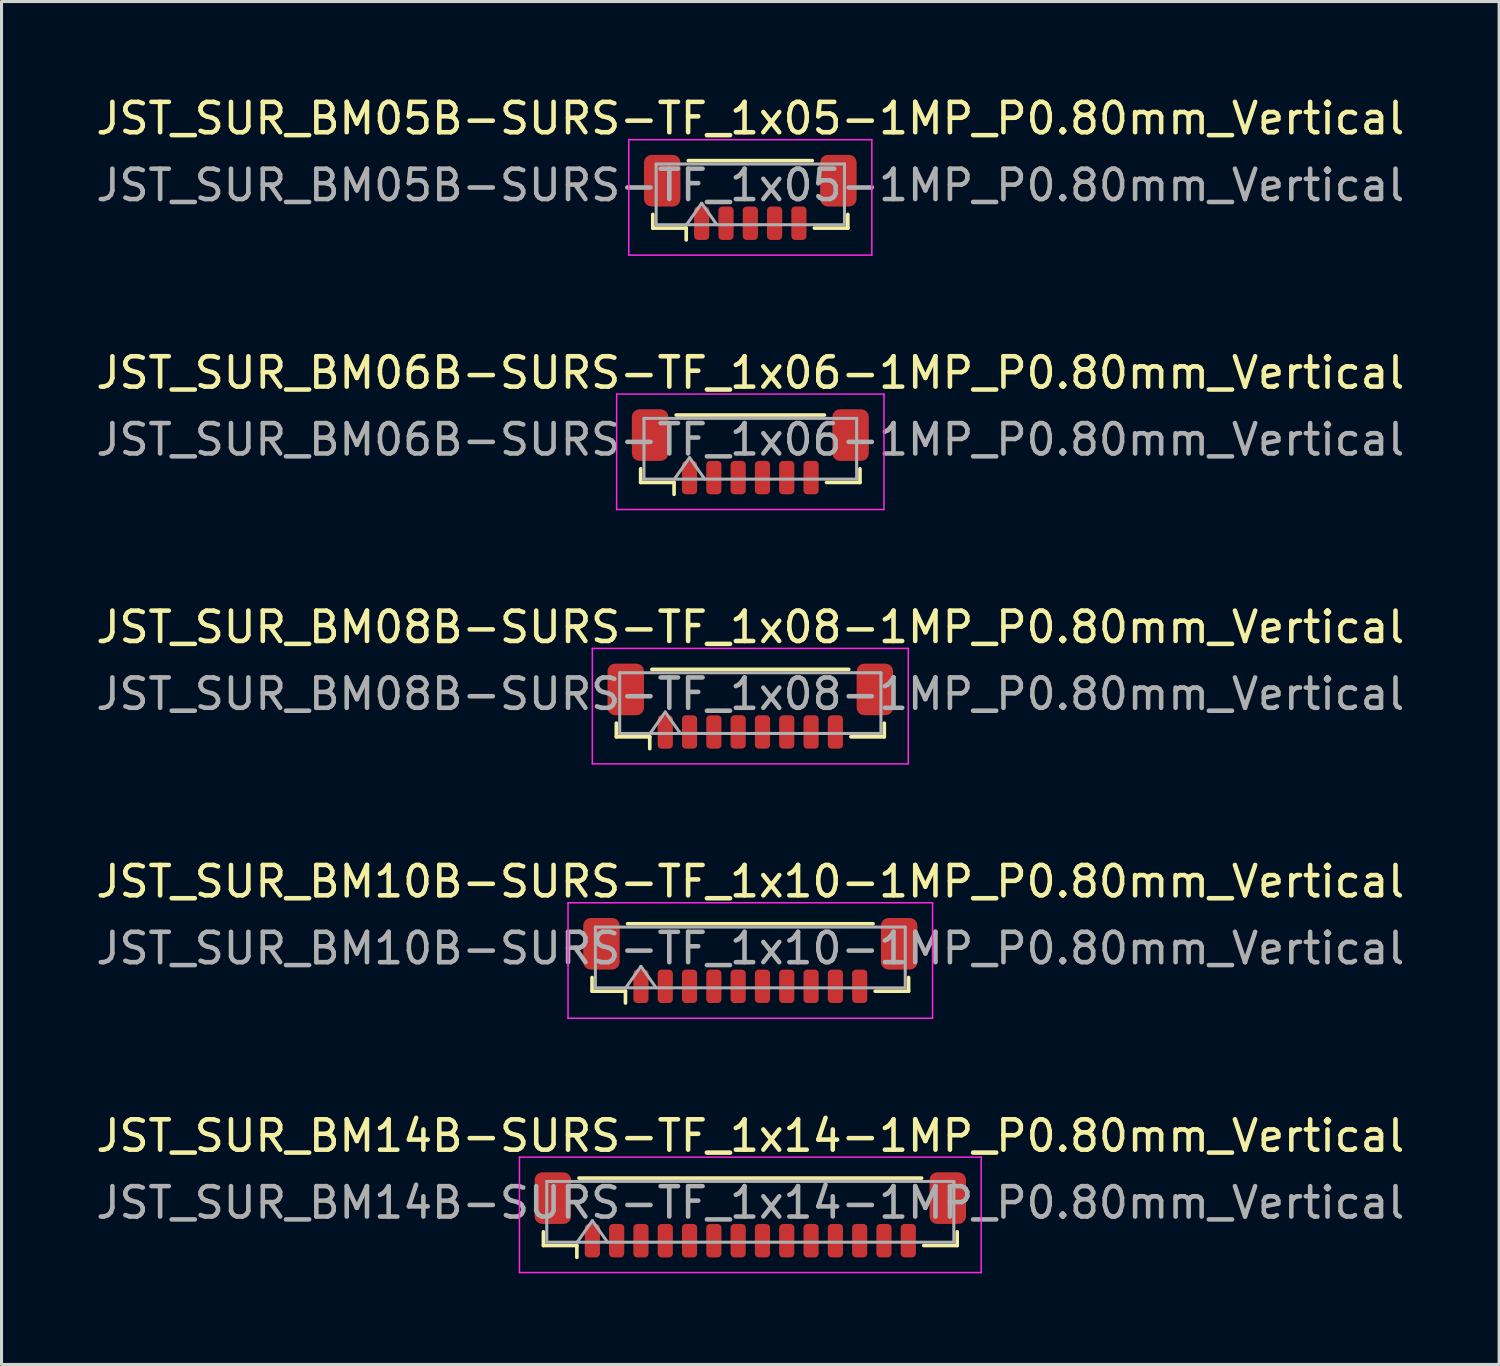
<source format=kicad_pcb>
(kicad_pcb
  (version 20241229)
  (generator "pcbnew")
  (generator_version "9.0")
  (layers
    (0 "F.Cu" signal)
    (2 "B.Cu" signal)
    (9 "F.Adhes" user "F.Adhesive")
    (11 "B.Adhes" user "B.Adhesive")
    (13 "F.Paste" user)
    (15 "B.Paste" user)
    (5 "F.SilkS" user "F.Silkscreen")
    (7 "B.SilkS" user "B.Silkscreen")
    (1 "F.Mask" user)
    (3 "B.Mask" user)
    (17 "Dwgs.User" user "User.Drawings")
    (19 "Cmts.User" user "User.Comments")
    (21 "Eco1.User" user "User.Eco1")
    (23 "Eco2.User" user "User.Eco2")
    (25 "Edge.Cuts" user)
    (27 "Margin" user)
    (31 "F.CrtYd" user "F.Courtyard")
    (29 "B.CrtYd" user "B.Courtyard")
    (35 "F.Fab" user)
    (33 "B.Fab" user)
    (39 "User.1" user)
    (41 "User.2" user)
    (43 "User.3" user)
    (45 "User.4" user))
  (footprint "JST_SUR_BM10B-SURS-TF_1x10-1MP_P0.80mm_Vertical"
    (layer "F.Cu")
    (at 21.649 28.568)
    (property "Reference" "JST_SUR_BM10B-SURS-TF_1x10-1MP_P0.80mm_Vertical" (at 0 -2.6 0) (layer "F.SilkS") (effects (font (size 1 1) (thickness 0.15))))
    (attr smd)
    (fp_line (start -5.21 0.56) (end -5.21 1.01) (stroke (width 0.12) (type solid)) (layer "F.SilkS"))
    (fp_line (start -5.21 1.01) (end -4.11 1.01) (stroke (width 0.12) (type solid)) (layer "F.SilkS"))
    (fp_line (start -4.11 1.01) (end -4.11 1.4) (stroke (width 0.12) (type solid)) (layer "F.SilkS"))
    (fp_line (start -4.04 -1.21) (end 4.04 -1.21) (stroke (width 0.12) (type solid)) (layer "F.SilkS"))
    (fp_line (start 5.21 0.56) (end 5.21 1.01) (stroke (width 0.12) (type solid)) (layer "F.SilkS"))
    (fp_line (start 5.21 1.01) (end 4.11 1.01) (stroke (width 0.12) (type solid)) (layer "F.SilkS"))
    (fp_line (start -6 -1.9) (end -6 1.9) (stroke (width 0.05) (type solid)) (layer "F.CrtYd"))
    (fp_line (start -6 1.9) (end 6 1.9) (stroke (width 0.05) (type solid)) (layer "F.CrtYd"))
    (fp_line (start 6 -1.9) (end -6 -1.9) (stroke (width 0.05) (type solid)) (layer "F.CrtYd"))
    (fp_line (start 6 1.9) (end 6 -1.9) (stroke (width 0.05) (type solid)) (layer "F.CrtYd"))
    (fp_line (start -5.1 -1.1) (end 5.1 -1.1) (stroke (width 0.1) (type solid)) (layer "F.Fab"))
    (fp_line (start -5.1 0.9) (end -5.1 -1.1) (stroke (width 0.1) (type solid)) (layer "F.Fab"))
    (fp_line (start -5.1 0.9) (end 5.1 0.9) (stroke (width 0.1) (type solid)) (layer "F.Fab"))
    (fp_line (start -4.1 0.9) (end -3.6 0.193) (stroke (width 0.1) (type solid)) (layer "F.Fab"))
    (fp_line (start -3.6 0.193) (end -3.1 0.9) (stroke (width 0.1) (type solid)) (layer "F.Fab"))
    (fp_line (start 5.1 0.9) (end 5.1 -1.1) (stroke (width 0.1) (type solid)) (layer "F.Fab"))
    (fp_text user "${REFERENCE}" (at 0 -0.4 0) (layer "F.Fab") (effects (font (size 1 1) (thickness 0.15))))
    (pad "1" smd roundrect (at -3.6 0.85) (size 0.5 1.1) (layers "F.Cu" "F.Mask" "F.Paste") (roundrect_rratio 0.25))
    (pad "2" smd roundrect (at -2.8 0.85) (size 0.5 1.1) (layers "F.Cu" "F.Mask" "F.Paste") (roundrect_rratio 0.25))
    (pad "3" smd roundrect (at -2 0.85) (size 0.5 1.1) (layers "F.Cu" "F.Mask" "F.Paste") (roundrect_rratio 0.25))
    (pad "4" smd roundrect (at -1.2 0.85) (size 0.5 1.1) (layers "F.Cu" "F.Mask" "F.Paste") (roundrect_rratio 0.25))
    (pad "5" smd roundrect (at -0.4 0.85) (size 0.5 1.1) (layers "F.Cu" "F.Mask" "F.Paste") (roundrect_rratio 0.25))
    (pad "6" smd roundrect (at 0.4 0.85) (size 0.5 1.1) (layers "F.Cu" "F.Mask" "F.Paste") (roundrect_rratio 0.25))
    (pad "7" smd roundrect (at 1.2 0.85) (size 0.5 1.1) (layers "F.Cu" "F.Mask" "F.Paste") (roundrect_rratio 0.25))
    (pad "8" smd roundrect (at 2 0.85) (size 0.5 1.1) (layers "F.Cu" "F.Mask" "F.Paste") (roundrect_rratio 0.25))
    (pad "9" smd roundrect (at 2.8 0.85) (size 0.5 1.1) (layers "F.Cu" "F.Mask" "F.Paste") (roundrect_rratio 0.25))
    (pad "10" smd roundrect (at 3.6 0.85) (size 0.5 1.1) (layers "F.Cu" "F.Mask" "F.Paste") (roundrect_rratio 0.25))
    (pad "MP" smd roundrect (at -4.9 -0.55) (size 1.2 1.7) (layers "F.Cu" "F.Mask" "F.Paste") (roundrect_rratio 0.208))
    (pad "MP" smd roundrect (at 4.9 -0.55) (size 1.2 1.7) (layers "F.Cu" "F.Mask" "F.Paste") (roundrect_rratio 0.208)))
  (footprint "JST_SUR_BM05B-SURS-TF_1x05-1MP_P0.80mm_Vertical"
    (layer "F.Cu")
    (at 21.649 3.448)
    (property "Reference" "JST_SUR_BM05B-SURS-TF_1x05-1MP_P0.80mm_Vertical" (at 0 -2.6 0) (layer "F.SilkS") (effects (font (size 1 1) (thickness 0.15))))
    (attr smd)
    (fp_line (start -3.21 0.56) (end -3.21 1.01) (stroke (width 0.12) (type solid)) (layer "F.SilkS"))
    (fp_line (start -3.21 1.01) (end -2.11 1.01) (stroke (width 0.12) (type solid)) (layer "F.SilkS"))
    (fp_line (start -2.11 1.01) (end -2.11 1.4) (stroke (width 0.12) (type solid)) (layer "F.SilkS"))
    (fp_line (start -2.04 -1.21) (end 2.04 -1.21) (stroke (width 0.12) (type solid)) (layer "F.SilkS"))
    (fp_line (start 3.21 0.56) (end 3.21 1.01) (stroke (width 0.12) (type solid)) (layer "F.SilkS"))
    (fp_line (start 3.21 1.01) (end 2.11 1.01) (stroke (width 0.12) (type solid)) (layer "F.SilkS"))
    (fp_line (start -4 -1.9) (end -4 1.9) (stroke (width 0.05) (type solid)) (layer "F.CrtYd"))
    (fp_line (start -4 1.9) (end 4 1.9) (stroke (width 0.05) (type solid)) (layer "F.CrtYd"))
    (fp_line (start 4 -1.9) (end -4 -1.9) (stroke (width 0.05) (type solid)) (layer "F.CrtYd"))
    (fp_line (start 4 1.9) (end 4 -1.9) (stroke (width 0.05) (type solid)) (layer "F.CrtYd"))
    (fp_line (start -3.1 -1.1) (end 3.1 -1.1) (stroke (width 0.1) (type solid)) (layer "F.Fab"))
    (fp_line (start -3.1 0.9) (end -3.1 -1.1) (stroke (width 0.1) (type solid)) (layer "F.Fab"))
    (fp_line (start -3.1 0.9) (end 3.1 0.9) (stroke (width 0.1) (type solid)) (layer "F.Fab"))
    (fp_line (start -2.1 0.9) (end -1.6 0.193) (stroke (width 0.1) (type solid)) (layer "F.Fab"))
    (fp_line (start -1.6 0.193) (end -1.1 0.9) (stroke (width 0.1) (type solid)) (layer "F.Fab"))
    (fp_line (start 3.1 0.9) (end 3.1 -1.1) (stroke (width 0.1) (type solid)) (layer "F.Fab"))
    (fp_text user "${REFERENCE}" (at 0 -0.4 0) (layer "F.Fab") (effects (font (size 1 1) (thickness 0.15))))
    (pad "1" smd roundrect (at -1.6 0.85) (size 0.5 1.1) (layers "F.Cu" "F.Mask" "F.Paste") (roundrect_rratio 0.25))
    (pad "2" smd roundrect (at -0.8 0.85) (size 0.5 1.1) (layers "F.Cu" "F.Mask" "F.Paste") (roundrect_rratio 0.25))
    (pad "3" smd roundrect (at 0 0.85) (size 0.5 1.1) (layers "F.Cu" "F.Mask" "F.Paste") (roundrect_rratio 0.25))
    (pad "4" smd roundrect (at 0.8 0.85) (size 0.5 1.1) (layers "F.Cu" "F.Mask" "F.Paste") (roundrect_rratio 0.25))
    (pad "5" smd roundrect (at 1.6 0.85) (size 0.5 1.1) (layers "F.Cu" "F.Mask" "F.Paste") (roundrect_rratio 0.25))
    (pad "MP" smd roundrect (at -2.9 -0.55) (size 1.2 1.7) (layers "F.Cu" "F.Mask" "F.Paste") (roundrect_rratio 0.208))
    (pad "MP" smd roundrect (at 2.9 -0.55) (size 1.2 1.7) (layers "F.Cu" "F.Mask" "F.Paste") (roundrect_rratio 0.208)))
  (footprint "JST_SUR_BM14B-SURS-TF_1x14-1MP_P0.80mm_Vertical"
    (layer "F.Cu")
    (at 21.649 36.941)
    (property "Reference" "JST_SUR_BM14B-SURS-TF_1x14-1MP_P0.80mm_Vertical" (at 0 -2.6 0) (layer "F.SilkS") (effects (font (size 1 1) (thickness 0.15))))
    (attr smd)
    (fp_line (start -6.81 0.56) (end -6.81 1.01) (stroke (width 0.12) (type solid)) (layer "F.SilkS"))
    (fp_line (start -6.81 1.01) (end -5.71 1.01) (stroke (width 0.12) (type solid)) (layer "F.SilkS"))
    (fp_line (start -5.71 1.01) (end -5.71 1.4) (stroke (width 0.12) (type solid)) (layer "F.SilkS"))
    (fp_line (start -5.64 -1.21) (end 5.64 -1.21) (stroke (width 0.12) (type solid)) (layer "F.SilkS"))
    (fp_line (start 6.81 0.56) (end 6.81 1.01) (stroke (width 0.12) (type solid)) (layer "F.SilkS"))
    (fp_line (start 6.81 1.01) (end 5.71 1.01) (stroke (width 0.12) (type solid)) (layer "F.SilkS"))
    (fp_line (start -7.6 -1.9) (end -7.6 1.9) (stroke (width 0.05) (type solid)) (layer "F.CrtYd"))
    (fp_line (start -7.6 1.9) (end 7.6 1.9) (stroke (width 0.05) (type solid)) (layer "F.CrtYd"))
    (fp_line (start 7.6 -1.9) (end -7.6 -1.9) (stroke (width 0.05) (type solid)) (layer "F.CrtYd"))
    (fp_line (start 7.6 1.9) (end 7.6 -1.9) (stroke (width 0.05) (type solid)) (layer "F.CrtYd"))
    (fp_line (start -6.7 -1.1) (end 6.7 -1.1) (stroke (width 0.1) (type solid)) (layer "F.Fab"))
    (fp_line (start -6.7 0.9) (end -6.7 -1.1) (stroke (width 0.1) (type solid)) (layer "F.Fab"))
    (fp_line (start -6.7 0.9) (end 6.7 0.9) (stroke (width 0.1) (type solid)) (layer "F.Fab"))
    (fp_line (start -5.7 0.9) (end -5.2 0.193) (stroke (width 0.1) (type solid)) (layer "F.Fab"))
    (fp_line (start -5.2 0.193) (end -4.7 0.9) (stroke (width 0.1) (type solid)) (layer "F.Fab"))
    (fp_line (start 6.7 0.9) (end 6.7 -1.1) (stroke (width 0.1) (type solid)) (layer "F.Fab"))
    (fp_text user "${REFERENCE}" (at 0 -0.4 0) (layer "F.Fab") (effects (font (size 1 1) (thickness 0.15))))
    (pad "1" smd roundrect (at -5.2 0.85) (size 0.5 1.1) (layers "F.Cu" "F.Mask" "F.Paste") (roundrect_rratio 0.25))
    (pad "2" smd roundrect (at -4.4 0.85) (size 0.5 1.1) (layers "F.Cu" "F.Mask" "F.Paste") (roundrect_rratio 0.25))
    (pad "3" smd roundrect (at -3.6 0.85) (size 0.5 1.1) (layers "F.Cu" "F.Mask" "F.Paste") (roundrect_rratio 0.25))
    (pad "4" smd roundrect (at -2.8 0.85) (size 0.5 1.1) (layers "F.Cu" "F.Mask" "F.Paste") (roundrect_rratio 0.25))
    (pad "5" smd roundrect (at -2 0.85) (size 0.5 1.1) (layers "F.Cu" "F.Mask" "F.Paste") (roundrect_rratio 0.25))
    (pad "6" smd roundrect (at -1.2 0.85) (size 0.5 1.1) (layers "F.Cu" "F.Mask" "F.Paste") (roundrect_rratio 0.25))
    (pad "7" smd roundrect (at -0.4 0.85) (size 0.5 1.1) (layers "F.Cu" "F.Mask" "F.Paste") (roundrect_rratio 0.25))
    (pad "8" smd roundrect (at 0.4 0.85) (size 0.5 1.1) (layers "F.Cu" "F.Mask" "F.Paste") (roundrect_rratio 0.25))
    (pad "9" smd roundrect (at 1.2 0.85) (size 0.5 1.1) (layers "F.Cu" "F.Mask" "F.Paste") (roundrect_rratio 0.25))
    (pad "10" smd roundrect (at 2 0.85) (size 0.5 1.1) (layers "F.Cu" "F.Mask" "F.Paste") (roundrect_rratio 0.25))
    (pad "11" smd roundrect (at 2.8 0.85) (size 0.5 1.1) (layers "F.Cu" "F.Mask" "F.Paste") (roundrect_rratio 0.25))
    (pad "12" smd roundrect (at 3.6 0.85) (size 0.5 1.1) (layers "F.Cu" "F.Mask" "F.Paste") (roundrect_rratio 0.25))
    (pad "13" smd roundrect (at 4.4 0.85) (size 0.5 1.1) (layers "F.Cu" "F.Mask" "F.Paste") (roundrect_rratio 0.25))
    (pad "14" smd roundrect (at 5.2 0.85) (size 0.5 1.1) (layers "F.Cu" "F.Mask" "F.Paste") (roundrect_rratio 0.25))
    (pad "MP" smd roundrect (at -6.5 -0.55) (size 1.2 1.7) (layers "F.Cu" "F.Mask" "F.Paste") (roundrect_rratio 0.208))
    (pad "MP" smd roundrect (at 6.5 -0.55) (size 1.2 1.7) (layers "F.Cu" "F.Mask" "F.Paste") (roundrect_rratio 0.208)))
  (footprint "JST_SUR_BM08B-SURS-TF_1x08-1MP_P0.80mm_Vertical"
    (layer "F.Cu")
    (at 21.649 20.195)
    (property "Reference" "JST_SUR_BM08B-SURS-TF_1x08-1MP_P0.80mm_Vertical" (at 0 -2.6 0) (layer "F.SilkS") (effects (font (size 1 1) (thickness 0.15))))
    (attr smd)
    (fp_line (start -4.41 0.56) (end -4.41 1.01) (stroke (width 0.12) (type solid)) (layer "F.SilkS"))
    (fp_line (start -4.41 1.01) (end -3.31 1.01) (stroke (width 0.12) (type solid)) (layer "F.SilkS"))
    (fp_line (start -3.31 1.01) (end -3.31 1.4) (stroke (width 0.12) (type solid)) (layer "F.SilkS"))
    (fp_line (start -3.24 -1.21) (end 3.24 -1.21) (stroke (width 0.12) (type solid)) (layer "F.SilkS"))
    (fp_line (start 4.41 0.56) (end 4.41 1.01) (stroke (width 0.12) (type solid)) (layer "F.SilkS"))
    (fp_line (start 4.41 1.01) (end 3.31 1.01) (stroke (width 0.12) (type solid)) (layer "F.SilkS"))
    (fp_line (start -5.2 -1.9) (end -5.2 1.9) (stroke (width 0.05) (type solid)) (layer "F.CrtYd"))
    (fp_line (start -5.2 1.9) (end 5.2 1.9) (stroke (width 0.05) (type solid)) (layer "F.CrtYd"))
    (fp_line (start 5.2 -1.9) (end -5.2 -1.9) (stroke (width 0.05) (type solid)) (layer "F.CrtYd"))
    (fp_line (start 5.2 1.9) (end 5.2 -1.9) (stroke (width 0.05) (type solid)) (layer "F.CrtYd"))
    (fp_line (start -4.3 -1.1) (end 4.3 -1.1) (stroke (width 0.1) (type solid)) (layer "F.Fab"))
    (fp_line (start -4.3 0.9) (end -4.3 -1.1) (stroke (width 0.1) (type solid)) (layer "F.Fab"))
    (fp_line (start -4.3 0.9) (end 4.3 0.9) (stroke (width 0.1) (type solid)) (layer "F.Fab"))
    (fp_line (start -3.3 0.9) (end -2.8 0.193) (stroke (width 0.1) (type solid)) (layer "F.Fab"))
    (fp_line (start -2.8 0.193) (end -2.3 0.9) (stroke (width 0.1) (type solid)) (layer "F.Fab"))
    (fp_line (start 4.3 0.9) (end 4.3 -1.1) (stroke (width 0.1) (type solid)) (layer "F.Fab"))
    (fp_text user "${REFERENCE}" (at 0 -0.4 0) (layer "F.Fab") (effects (font (size 1 1) (thickness 0.15))))
    (pad "1" smd roundrect (at -2.8 0.85) (size 0.5 1.1) (layers "F.Cu" "F.Mask" "F.Paste") (roundrect_rratio 0.25))
    (pad "2" smd roundrect (at -2 0.85) (size 0.5 1.1) (layers "F.Cu" "F.Mask" "F.Paste") (roundrect_rratio 0.25))
    (pad "3" smd roundrect (at -1.2 0.85) (size 0.5 1.1) (layers "F.Cu" "F.Mask" "F.Paste") (roundrect_rratio 0.25))
    (pad "4" smd roundrect (at -0.4 0.85) (size 0.5 1.1) (layers "F.Cu" "F.Mask" "F.Paste") (roundrect_rratio 0.25))
    (pad "5" smd roundrect (at 0.4 0.85) (size 0.5 1.1) (layers "F.Cu" "F.Mask" "F.Paste") (roundrect_rratio 0.25))
    (pad "6" smd roundrect (at 1.2 0.85) (size 0.5 1.1) (layers "F.Cu" "F.Mask" "F.Paste") (roundrect_rratio 0.25))
    (pad "7" smd roundrect (at 2 0.85) (size 0.5 1.1) (layers "F.Cu" "F.Mask" "F.Paste") (roundrect_rratio 0.25))
    (pad "8" smd roundrect (at 2.8 0.85) (size 0.5 1.1) (layers "F.Cu" "F.Mask" "F.Paste") (roundrect_rratio 0.25))
    (pad "MP" smd roundrect (at -4.1 -0.55) (size 1.2 1.7) (layers "F.Cu" "F.Mask" "F.Paste") (roundrect_rratio 0.208))
    (pad "MP" smd roundrect (at 4.1 -0.55) (size 1.2 1.7) (layers "F.Cu" "F.Mask" "F.Paste") (roundrect_rratio 0.208)))
  (footprint "JST_SUR_BM06B-SURS-TF_1x06-1MP_P0.80mm_Vertical"
    (layer "F.Cu")
    (at 21.649 11.822)
    (property "Reference" "JST_SUR_BM06B-SURS-TF_1x06-1MP_P0.80mm_Vertical" (at 0 -2.6 0) (layer "F.SilkS") (effects (font (size 1 1) (thickness 0.15))))
    (attr smd)
    (fp_line (start -3.61 0.56) (end -3.61 1.01) (stroke (width 0.12) (type solid)) (layer "F.SilkS"))
    (fp_line (start -3.61 1.01) (end -2.51 1.01) (stroke (width 0.12) (type solid)) (layer "F.SilkS"))
    (fp_line (start -2.51 1.01) (end -2.51 1.4) (stroke (width 0.12) (type solid)) (layer "F.SilkS"))
    (fp_line (start -2.44 -1.21) (end 2.44 -1.21) (stroke (width 0.12) (type solid)) (layer "F.SilkS"))
    (fp_line (start 3.61 0.56) (end 3.61 1.01) (stroke (width 0.12) (type solid)) (layer "F.SilkS"))
    (fp_line (start 3.61 1.01) (end 2.51 1.01) (stroke (width 0.12) (type solid)) (layer "F.SilkS"))
    (fp_line (start -4.4 -1.9) (end -4.4 1.9) (stroke (width 0.05) (type solid)) (layer "F.CrtYd"))
    (fp_line (start -4.4 1.9) (end 4.4 1.9) (stroke (width 0.05) (type solid)) (layer "F.CrtYd"))
    (fp_line (start 4.4 -1.9) (end -4.4 -1.9) (stroke (width 0.05) (type solid)) (layer "F.CrtYd"))
    (fp_line (start 4.4 1.9) (end 4.4 -1.9) (stroke (width 0.05) (type solid)) (layer "F.CrtYd"))
    (fp_line (start -3.5 -1.1) (end 3.5 -1.1) (stroke (width 0.1) (type solid)) (layer "F.Fab"))
    (fp_line (start -3.5 0.9) (end -3.5 -1.1) (stroke (width 0.1) (type solid)) (layer "F.Fab"))
    (fp_line (start -3.5 0.9) (end 3.5 0.9) (stroke (width 0.1) (type solid)) (layer "F.Fab"))
    (fp_line (start -2.5 0.9) (end -2 0.193) (stroke (width 0.1) (type solid)) (layer "F.Fab"))
    (fp_line (start -2 0.193) (end -1.5 0.9) (stroke (width 0.1) (type solid)) (layer "F.Fab"))
    (fp_line (start 3.5 0.9) (end 3.5 -1.1) (stroke (width 0.1) (type solid)) (layer "F.Fab"))
    (fp_text user "${REFERENCE}" (at 0 -0.4 0) (layer "F.Fab") (effects (font (size 1 1) (thickness 0.15))))
    (pad "1" smd roundrect (at -2 0.85) (size 0.5 1.1) (layers "F.Cu" "F.Mask" "F.Paste") (roundrect_rratio 0.25))
    (pad "2" smd roundrect (at -1.2 0.85) (size 0.5 1.1) (layers "F.Cu" "F.Mask" "F.Paste") (roundrect_rratio 0.25))
    (pad "3" smd roundrect (at -0.4 0.85) (size 0.5 1.1) (layers "F.Cu" "F.Mask" "F.Paste") (roundrect_rratio 0.25))
    (pad "4" smd roundrect (at 0.4 0.85) (size 0.5 1.1) (layers "F.Cu" "F.Mask" "F.Paste") (roundrect_rratio 0.25))
    (pad "5" smd roundrect (at 1.2 0.85) (size 0.5 1.1) (layers "F.Cu" "F.Mask" "F.Paste") (roundrect_rratio 0.25))
    (pad "6" smd roundrect (at 2 0.85) (size 0.5 1.1) (layers "F.Cu" "F.Mask" "F.Paste") (roundrect_rratio 0.25))
    (pad "MP" smd roundrect (at -3.3 -0.55) (size 1.2 1.7) (layers "F.Cu" "F.Mask" "F.Paste") (roundrect_rratio 0.208))
    (pad "MP" smd roundrect (at 3.3 -0.55) (size 1.2 1.7) (layers "F.Cu" "F.Mask" "F.Paste") (roundrect_rratio 0.208)))
  (gr_rect
    (start -3 -3)
    (end 46.298 41.866)
    (stroke (width 0.1) (type default))
    (fill no)
    (layer "Edge.Cuts")))
</source>
